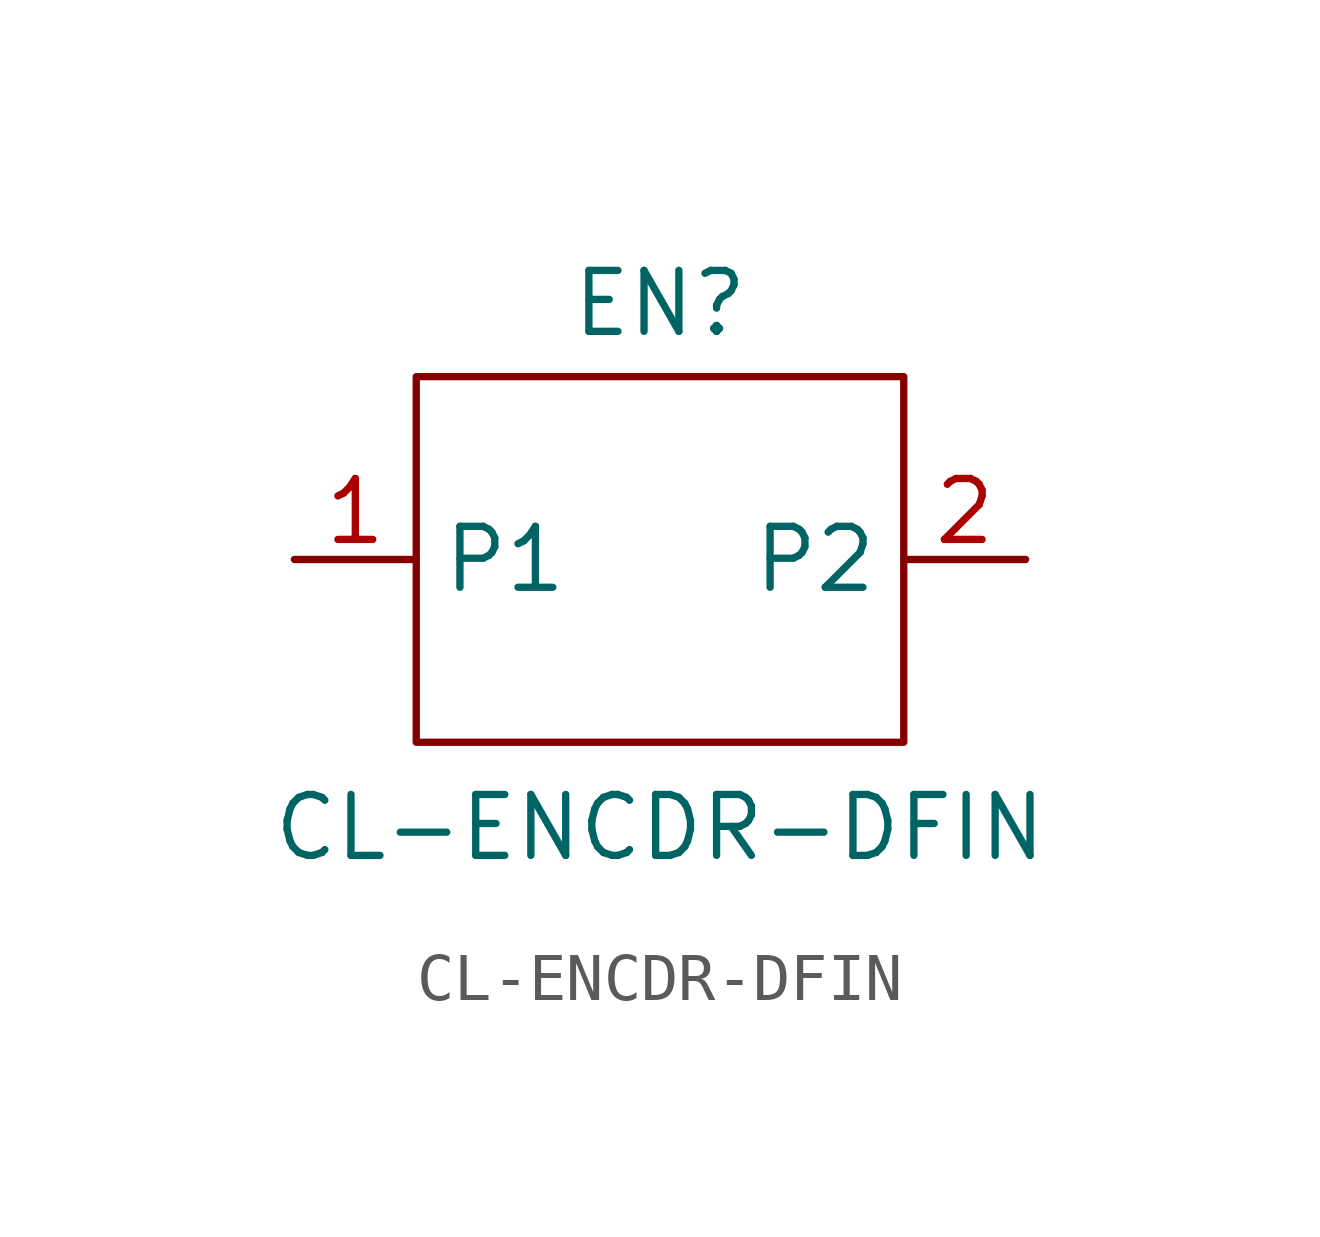
<source format=kicad_sym>
(kicad_symbol_lib
  (version 20241209)
  (generator "kicad_symbol_editor")
  (generator_version "9.0")
  (symbol "CL-ENCDR-DFIN"
    (property "Reference" "EN"
      (at 0 5.334 0)
      (effects (font (size 1.27 1.27))))
    (property "Value" "CL-ENCDR-DFIN"
      (at 0 -5.588 0)
      (effects (font (size 1.27 1.27))))
    (symbol "CL-ENCDR-DFIN_0_1"
      (rectangle (start -5.08 3.81) (end 5.08 -3.81) (stroke (width 0) (type default)) (fill (type none))))
    (symbol "CL-ENCDR-DFIN_1_1"
      (pin input line (at -7.62 0 0) (length 2.54) (name "P1" (effects (font (size 1.27 1.27)))) (number "1" (effects (font (size 1.27 1.27)))))
      (pin input line (at 7.62 0 180) (length 2.54) (name "P2" (effects (font (size 1.27 1.27)))) (number "2" (effects (font (size 1.27 1.27))))))))
</source>
